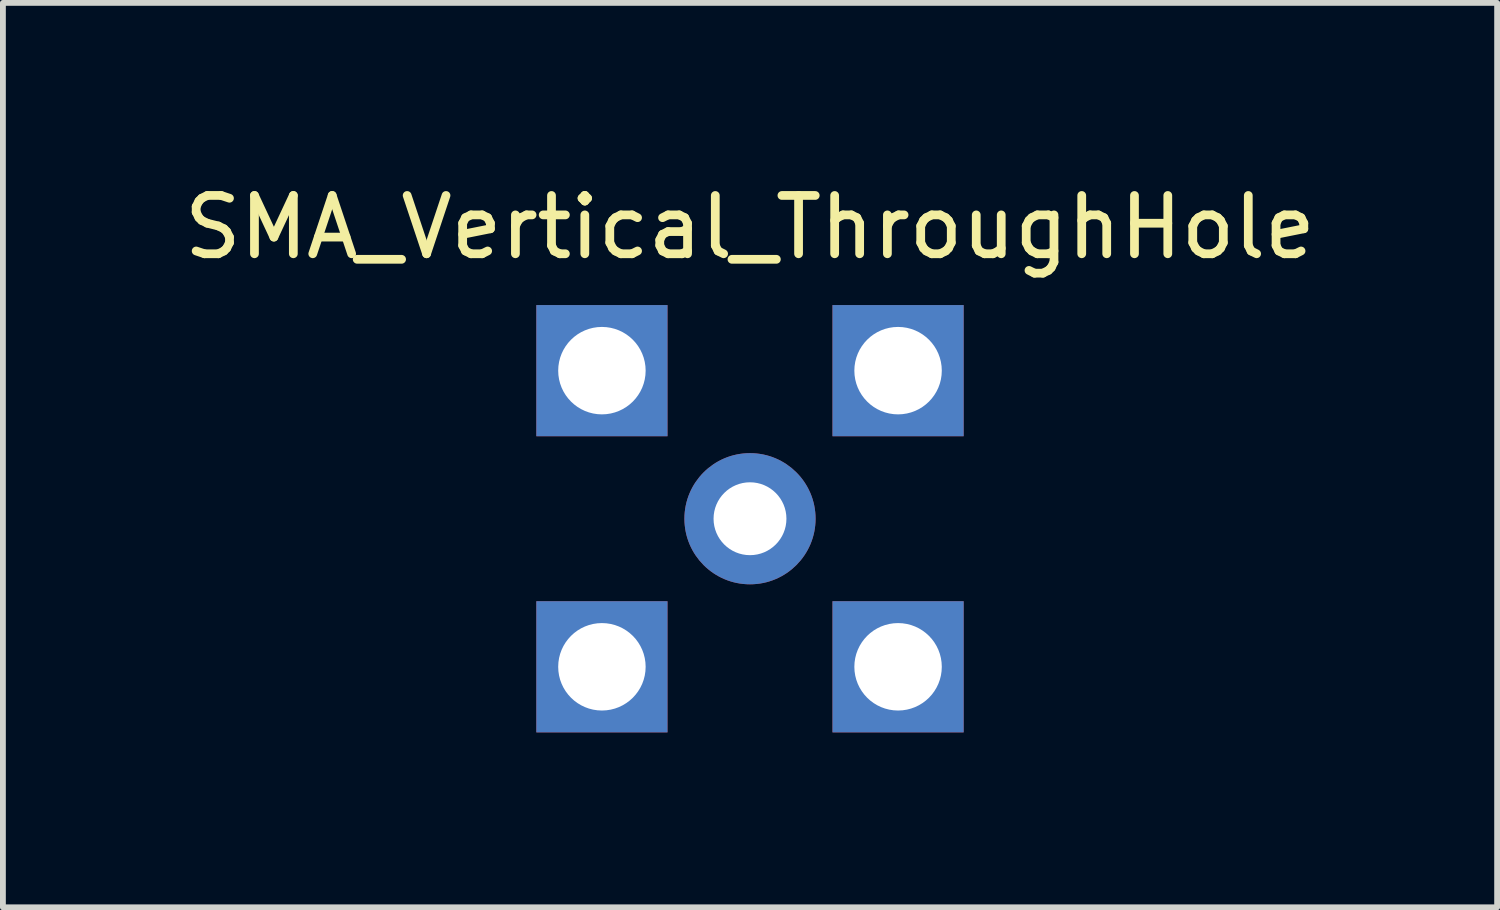
<source format=kicad_pcb>
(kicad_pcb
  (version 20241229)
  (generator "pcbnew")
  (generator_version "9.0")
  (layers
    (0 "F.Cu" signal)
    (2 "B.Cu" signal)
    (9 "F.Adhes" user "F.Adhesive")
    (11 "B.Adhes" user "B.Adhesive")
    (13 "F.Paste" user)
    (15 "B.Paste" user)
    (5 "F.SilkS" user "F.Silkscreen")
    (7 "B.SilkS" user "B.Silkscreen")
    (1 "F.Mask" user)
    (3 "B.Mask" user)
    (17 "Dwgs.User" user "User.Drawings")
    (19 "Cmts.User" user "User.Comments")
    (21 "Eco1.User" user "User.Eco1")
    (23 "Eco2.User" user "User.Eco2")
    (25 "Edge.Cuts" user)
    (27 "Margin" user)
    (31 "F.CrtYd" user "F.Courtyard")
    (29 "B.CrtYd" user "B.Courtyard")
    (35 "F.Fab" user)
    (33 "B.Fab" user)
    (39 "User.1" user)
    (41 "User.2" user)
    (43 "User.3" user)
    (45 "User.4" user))
  (footprint "SMA_Vertical_ThroughHole"
    (layer "F.Cu")
    (at 9.815 5.848)
    (property "Reference" "SMA_Vertical_ThroughHole" (at 0 -5 0) (layer "F.SilkS") (effects (font (size 1 1) (thickness 0.15))))
    (attr through_hole)
    (pad "1" thru_hole circle (at 0 0) (size 2.25 2.25) (drill 1.25) (layers "*.Cu" "*.Mask"))
    (pad "2" thru_hole rect (at -2.54 -2.54) (size 2.25 2.25) (drill 1.5) (layers "*.Cu" "*.Mask"))
    (pad "2" thru_hole rect (at -2.54 2.54) (size 2.25 2.25) (drill 1.5) (layers "*.Cu" "*.Mask"))
    (pad "2" thru_hole rect (at 2.54 -2.54) (size 2.25 2.25) (drill 1.5) (layers "*.Cu" "*.Mask"))
    (pad "2" thru_hole rect (at 2.54 2.54) (size 2.25 2.25) (drill 1.5) (layers "*.Cu" "*.Mask")))
  (gr_rect
    (start -3 -3)
    (end 22.631 12.513)
    (stroke (width 0.1) (type default))
    (fill no)
    (layer "Edge.Cuts")))
</source>
